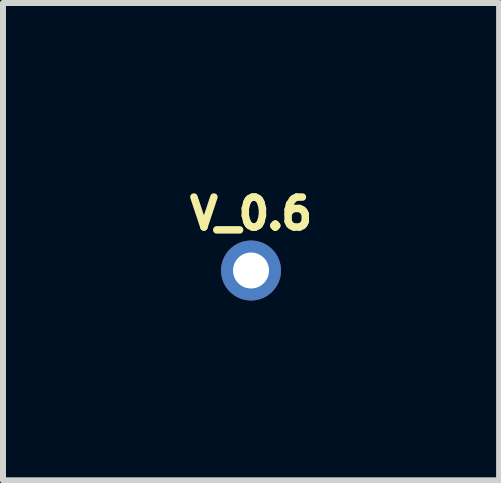
<source format=kicad_pcb>
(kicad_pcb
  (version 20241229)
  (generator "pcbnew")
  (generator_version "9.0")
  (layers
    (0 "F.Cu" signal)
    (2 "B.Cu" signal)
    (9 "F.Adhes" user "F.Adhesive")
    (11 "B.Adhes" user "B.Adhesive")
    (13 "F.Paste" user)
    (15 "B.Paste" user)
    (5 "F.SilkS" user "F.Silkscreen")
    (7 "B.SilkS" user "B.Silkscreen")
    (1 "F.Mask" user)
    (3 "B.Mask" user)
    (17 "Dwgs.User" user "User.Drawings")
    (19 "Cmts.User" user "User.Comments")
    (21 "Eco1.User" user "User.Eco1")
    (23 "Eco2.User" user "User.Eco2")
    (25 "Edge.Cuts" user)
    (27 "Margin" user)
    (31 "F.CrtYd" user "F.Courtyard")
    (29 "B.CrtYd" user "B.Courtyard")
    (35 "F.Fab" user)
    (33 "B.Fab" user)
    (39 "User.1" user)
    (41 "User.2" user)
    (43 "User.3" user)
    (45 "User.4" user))
  (footprint "V_0.6"
    (layer "F.Cu")
    (at 1.137 1.462)
    (property "Reference" "V_0.6" (at 0 -0.95 0) (layer "F.SilkS") (effects (font (size 0.5 0.5) (thickness 0.125))))
    (attr through_hole)
    (pad "1" thru_hole circle (at 0 0) (size 1 1) (drill 0.6) (layers "*.Cu" "*.Mask")))
  (gr_rect
    (start -3 -3)
    (end 5.275 4.962)
    (stroke (width 0.1) (type default))
    (fill no)
    (layer "Edge.Cuts")))
</source>
